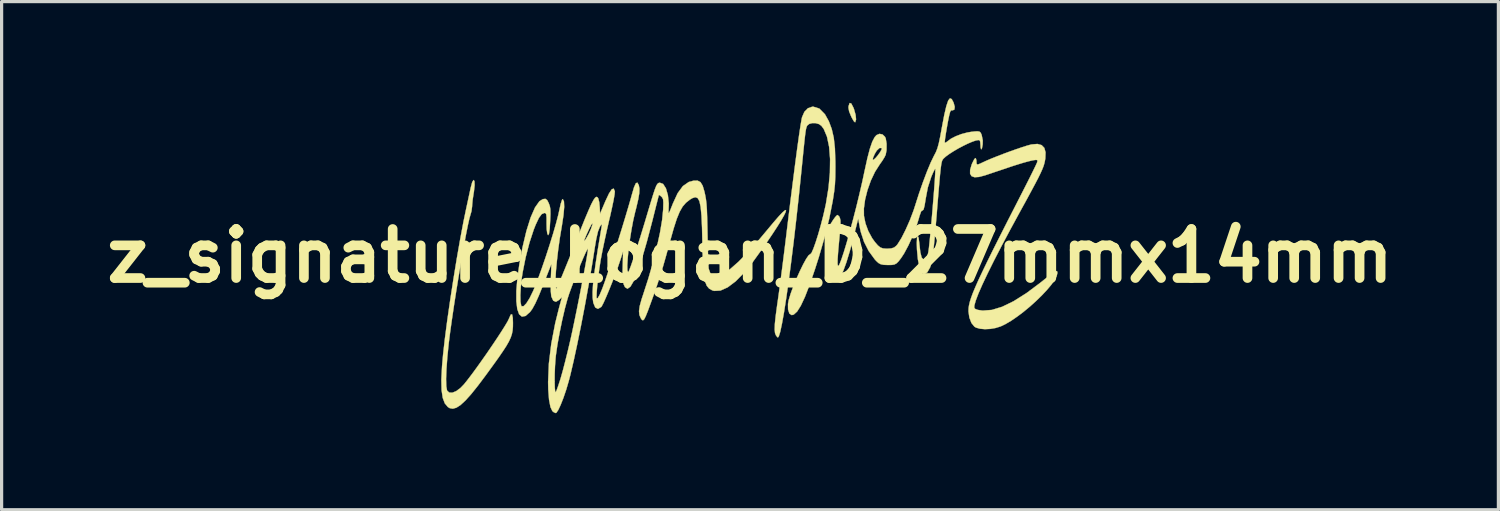
<source format=kicad_pcb>
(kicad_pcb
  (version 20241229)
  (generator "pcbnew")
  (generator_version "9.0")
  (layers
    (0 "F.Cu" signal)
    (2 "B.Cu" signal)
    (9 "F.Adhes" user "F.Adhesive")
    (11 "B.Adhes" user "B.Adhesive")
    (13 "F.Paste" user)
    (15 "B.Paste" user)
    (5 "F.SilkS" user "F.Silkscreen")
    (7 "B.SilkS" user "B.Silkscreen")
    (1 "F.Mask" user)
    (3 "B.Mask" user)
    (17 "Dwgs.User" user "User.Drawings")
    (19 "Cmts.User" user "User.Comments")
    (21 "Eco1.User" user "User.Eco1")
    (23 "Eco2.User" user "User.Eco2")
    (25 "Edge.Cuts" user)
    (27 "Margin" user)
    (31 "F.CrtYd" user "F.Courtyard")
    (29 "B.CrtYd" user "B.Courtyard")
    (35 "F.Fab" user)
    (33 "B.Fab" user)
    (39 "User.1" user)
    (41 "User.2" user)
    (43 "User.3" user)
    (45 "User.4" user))
  (footprint "z_signature_Logan_D_27mmx14mm"
    (layer "F.Cu")
    (at 20.255 4.9)
    (property "Reference" "z_signature_Logan_D_27mmx14mm" (at 0 0 0) (layer "F.SilkS") (effects (font (size 1.524 1.524) (thickness 0.3))))
    (attr through_hole)
    (fp_poly (pts (xy 3.147 -4.733) (xy 3.213 -4.605) (xy 3.231 -4.558) (xy 3.281 -4.38) (xy 3.295 -4.239) (xy 3.27 -4.155) (xy 3.264 -4.15) (xy 3.231 -4.176) (xy 3.177 -4.265) (xy 3.142 -4.335) (xy 3.08 -4.486) (xy 3.059 -4.601) (xy 3.062 -4.651) (xy 3.096 -4.75) (xy 3.147 -4.733)) (stroke (width 0.01) (type solid)) (fill yes) (layer "F.SilkS"))
    (fp_poly (pts (xy -8.563 -2.322) (xy -8.557 -2.197) (xy -8.579 -1.994) (xy -8.589 -1.937) (xy -8.618 -1.745) (xy -8.634 -1.578) (xy -8.635 -1.542) (xy -8.654 -1.391) (xy -8.684 -1.288) (xy -8.719 -1.166) (xy -8.769 -0.942) (xy -8.831 -0.633) (xy -8.9 -0.259) (xy -8.974 0.164) (xy -9.051 0.618) (xy -9.127 1.084) (xy -9.199 1.546) (xy -9.264 1.985) (xy -9.32 2.385) (xy -9.361 2.712) (xy -9.404 3.135) (xy -9.432 3.511) (xy -9.444 3.823) (xy -9.438 4.052) (xy -9.415 4.181) (xy -9.414 4.184) (xy -9.348 4.247) (xy -9.249 4.252) (xy -9.127 4.202) (xy -8.993 4.101) (xy -8.886 3.99) (xy -8.776 3.852) (xy -8.641 3.675) (xy -8.49 3.469) (xy -8.329 3.243) (xy -8.164 3.008) (xy -8.004 2.773) (xy -7.853 2.548) (xy -7.72 2.344) (xy -7.611 2.17) (xy -7.532 2.037) (xy -7.491 1.953) (xy -7.49 1.951) (xy -7.434 1.824) (xy -7.394 1.816) (xy -7.371 1.928) (xy -7.366 2.085) (xy -7.368 2.21) (xy -7.378 2.322) (xy -7.399 2.429) (xy -7.436 2.539) (xy -7.492 2.661) (xy -7.573 2.802) (xy -7.683 2.971) (xy -7.824 3.176) (xy -8.003 3.425) (xy -8.204 3.701) (xy -8.453 4.033) (xy -8.664 4.296) (xy -8.844 4.496) (xy -8.995 4.635) (xy -9.124 4.718) (xy -9.234 4.749) (xy -9.33 4.732) (xy -9.387 4.698) (xy -9.483 4.585) (xy -9.548 4.413) (xy -9.584 4.171) (xy -9.591 3.848) (xy -9.57 3.434) (xy -9.538 3.073) (xy -9.483 2.585) (xy -9.409 2.015) (xy -9.319 1.391) (xy -9.219 0.742) (xy -9.114 0.098) (xy -9.007 -0.513) (xy -8.904 -1.061) (xy -8.821 -1.46) (xy -8.768 -1.705) (xy -8.717 -1.941) (xy -8.681 -2.111) (xy -8.632 -2.292) (xy -8.59 -2.358) (xy -8.563 -2.322)) (stroke (width 0.01) (type solid)) (fill yes) (layer "F.SilkS"))
    (fp_poly (pts (xy 2.155 -4.576) (xy 2.328 -4.4) (xy 2.448 -4.185) (xy 2.539 -3.942) (xy 2.602 -3.67) (xy 2.638 -3.342) (xy 2.652 -2.931) (xy 2.653 -2.762) (xy 2.65 -2.457) (xy 2.639 -2.224) (xy 2.616 -2.007) (xy 2.577 -1.751) (xy 2.568 -1.696) (xy 2.462 -1.159) (xy 2.32 -0.586) (xy 2.14 0.034) (xy 2.019 0.413) (xy 1.854 0.896) (xy 1.708 1.272) (xy 1.579 1.548) (xy 1.464 1.73) (xy 1.36 1.824) (xy 1.296 1.841) (xy 1.223 1.793) (xy 1.182 1.666) (xy 1.18 1.493) (xy 1.203 1.37) (xy 1.264 1.17) (xy 1.348 0.942) (xy 1.446 0.704) (xy 1.55 0.471) (xy 1.652 0.263) (xy 1.745 0.094) (xy 1.82 -0.016) (xy 1.869 -0.052) (xy 1.871 -0.051) (xy 1.91 -0.091) (xy 1.968 -0.221) (xy 2.04 -0.422) (xy 2.12 -0.675) (xy 2.201 -0.961) (xy 2.278 -1.259) (xy 2.344 -1.551) (xy 2.359 -1.622) (xy 2.439 -2.114) (xy 2.482 -2.581) (xy 2.488 -3.009) (xy 2.458 -3.387) (xy 2.392 -3.702) (xy 2.292 -3.941) (xy 2.217 -4.042) (xy 2.137 -4.096) (xy 2.036 -4.124) (xy 1.933 -4.125) (xy 1.841 -4.1) (xy 1.779 -4.05) (xy 1.768 -4.029) (xy 1.753 -3.99) (xy 1.74 -3.94) (xy 1.727 -3.865) (xy 1.711 -3.746) (xy 1.691 -3.566) (xy 1.664 -3.308) (xy 1.629 -2.956) (xy 1.6 -2.667) (xy 1.52 -1.889) (xy 1.438 -1.144) (xy 1.357 -0.442) (xy 1.276 0.209) (xy 1.199 0.798) (xy 1.125 1.317) (xy 1.056 1.757) (xy 0.993 2.107) (xy 0.939 2.36) (xy 0.893 2.505) (xy 0.865 2.538) (xy 0.834 2.508) (xy 0.806 2.471) (xy 0.777 2.401) (xy 0.766 2.287) (xy 0.772 2.114) (xy 0.798 1.865) (xy 0.844 1.523) (xy 0.866 1.373) (xy 0.903 1.108) (xy 0.951 0.748) (xy 1.007 0.321) (xy 1.066 -0.145) (xy 1.125 -0.623) (xy 1.157 -0.889) (xy 1.244 -1.604) (xy 1.326 -2.255) (xy 1.4 -2.835) (xy 1.466 -3.333) (xy 1.523 -3.741) (xy 1.569 -4.05) (xy 1.604 -4.25) (xy 1.616 -4.307) (xy 1.689 -4.475) (xy 1.799 -4.587) (xy 1.938 -4.635) (xy 1.963 -4.636) (xy 2.155 -4.576)) (stroke (width 0.01) (type solid)) (fill yes) (layer "F.SilkS"))
    (fp_poly (pts (xy 9.061 -3.441) (xy 9.145 -3.354) (xy 9.183 -3.217) (xy 9.176 -3.028) (xy 9.16 -2.935) (xy 9.142 -2.859) (xy 9.117 -2.779) (xy 9.08 -2.686) (xy 9.028 -2.57) (xy 8.957 -2.425) (xy 8.861 -2.241) (xy 8.737 -2.009) (xy 8.581 -1.721) (xy 8.387 -1.368) (xy 8.37 -1.337) (xy 8.074 -0.792) (xy 7.809 -0.294) (xy 7.578 0.153) (xy 7.382 0.548) (xy 7.222 0.886) (xy 7.099 1.166) (xy 7.016 1.384) (xy 6.972 1.537) (xy 6.967 1.609) (xy 6.997 1.649) (xy 7.076 1.679) (xy 7.2 1.698) (xy 7.238 1.701) (xy 7.515 1.68) (xy 7.833 1.583) (xy 8.191 1.409) (xy 8.589 1.158) (xy 9.027 0.831) (xy 9.03 0.828) (xy 9.201 0.692) (xy 9.33 0.592) (xy 9.423 0.524) (xy 9.485 0.485) (xy 9.523 0.472) (xy 9.542 0.481) (xy 9.55 0.51) (xy 9.55 0.537) (xy 9.527 0.635) (xy 9.46 0.759) (xy 9.357 0.904) (xy 9.222 1.064) (xy 9.063 1.233) (xy 8.885 1.406) (xy 8.695 1.577) (xy 8.498 1.74) (xy 8.3 1.889) (xy 8.109 2.02) (xy 7.929 2.125) (xy 7.788 2.192) (xy 7.631 2.241) (xy 7.464 2.27) (xy 7.298 2.278) (xy 7.149 2.265) (xy 7.027 2.231) (xy 6.975 2.202) (xy 6.88 2.086) (xy 6.815 1.917) (xy 6.788 1.722) (xy 6.792 1.621) (xy 6.806 1.53) (xy 6.831 1.425) (xy 6.871 1.299) (xy 6.927 1.148) (xy 7.003 0.967) (xy 7.1 0.748) (xy 7.222 0.489) (xy 7.37 0.182) (xy 7.547 -0.177) (xy 7.757 -0.594) (xy 8 -1.074) (xy 8.281 -1.623) (xy 8.438 -1.93) (xy 8.57 -2.189) (xy 8.69 -2.426) (xy 8.791 -2.63) (xy 8.867 -2.786) (xy 8.912 -2.884) (xy 8.921 -2.905) (xy 8.932 -2.952) (xy 8.921 -2.977) (xy 8.879 -2.982) (xy 8.8 -2.971) (xy 8.738 -2.958) (xy 8.64 -2.934) (xy 8.505 -2.897) (xy 8.347 -2.849) (xy 8.178 -2.796) (xy 8.052 -2.754) (xy 7.878 -2.695) (xy 7.698 -2.635) (xy 7.526 -2.577) (xy 7.38 -2.528) (xy 7.303 -2.502) (xy 7.115 -2.452) (xy 6.976 -2.443) (xy 6.883 -2.477) (xy 6.838 -2.553) (xy 6.839 -2.671) (xy 6.886 -2.833) (xy 6.904 -2.877) (xy 6.971 -3.011) (xy 7.015 -3.039) (xy 7.035 -2.963) (xy 7.036 -2.928) (xy 7.039 -2.869) (xy 7.054 -2.841) (xy 7.094 -2.843) (xy 7.167 -2.873) (xy 7.22 -2.899) (xy 7.346 -2.957) (xy 7.506 -3.025) (xy 7.689 -3.098) (xy 7.886 -3.174) (xy 8.087 -3.248) (xy 8.281 -3.317) (xy 8.459 -3.377) (xy 8.61 -3.425) (xy 8.724 -3.456) (xy 8.753 -3.462) (xy 8.93 -3.477) (xy 9.061 -3.441)) (stroke (width 0.01) (type solid)) (fill yes) (layer "F.SilkS"))
    (fp_poly (pts (xy 6.268 -4.871) (xy 6.326 -4.76) (xy 6.361 -4.63) (xy 6.35 -4.545) (xy 6.295 -4.52) (xy 6.281 -4.523) (xy 6.247 -4.52) (xy 6.219 -4.477) (xy 6.19 -4.371) (xy 6.151 -4.18) (xy 6.127 -4.047) (xy 6.088 -3.82) (xy 6.061 -3.64) (xy 6.05 -3.535) (xy 6.051 -3.521) (xy 6.081 -3.519) (xy 6.136 -3.558) (xy 6.137 -3.56) (xy 6.246 -3.641) (xy 6.394 -3.717) (xy 6.566 -3.783) (xy 6.75 -3.832) (xy 6.871 -3.853) (xy 6.994 -3.867) (xy 7.077 -3.87) (xy 7.131 -3.859) (xy 7.165 -3.829) (xy 7.189 -3.779) (xy 7.198 -3.757) (xy 7.232 -3.587) (xy 7.229 -3.463) (xy 7.206 -3.338) (xy 7.181 -3.307) (xy 7.164 -3.377) (xy 7.163 -3.425) (xy 7.152 -3.546) (xy 7.138 -3.586) (xy 7.097 -3.599) (xy 7.015 -3.584) (xy 6.902 -3.545) (xy 6.768 -3.488) (xy 6.62 -3.416) (xy 6.469 -3.336) (xy 6.323 -3.25) (xy 6.191 -3.165) (xy 6.083 -3.086) (xy 6.006 -3.016) (xy 5.977 -2.974) (xy 5.96 -2.926) (xy 5.943 -2.848) (xy 5.926 -2.722) (xy 5.906 -2.536) (xy 5.882 -2.274) (xy 5.852 -1.921) (xy 5.814 -1.462) (xy 5.802 -1.302) (xy 5.769 -0.916) (xy 5.737 -0.555) (xy 5.706 -0.245) (xy 5.681 -0.011) (xy 5.664 0.107) (xy 5.598 0.354) (xy 5.506 0.516) (xy 5.403 0.572) (xy 5.328 0.512) (xy 5.264 0.349) (xy 5.215 0.104) (xy 5.187 -0.201) (xy 5.182 -0.402) (xy 5.19 -0.569) (xy 5.212 -0.621) (xy 5.238 -0.56) (xy 5.261 -0.388) (xy 5.261 -0.384) (xy 5.292 -0.111) (xy 5.333 0.051) (xy 5.389 0.114) (xy 5.422 0.114) (xy 5.483 0.068) (xy 5.527 -0.056) (xy 5.542 -0.127) (xy 5.559 -0.245) (xy 5.581 -0.454) (xy 5.608 -0.731) (xy 5.638 -1.055) (xy 5.668 -1.402) (xy 5.696 -1.749) (xy 5.722 -2.074) (xy 5.742 -2.354) (xy 5.755 -2.566) (xy 5.76 -2.688) (xy 5.758 -2.707) (xy 5.736 -2.681) (xy 5.688 -2.586) (xy 5.632 -2.456) (xy 5.526 -2.128) (xy 5.46 -1.782) (xy 5.424 -1.561) (xy 5.394 -1.444) (xy 5.366 -1.412) (xy 5.36 -1.415) (xy 5.317 -1.382) (xy 5.264 -1.232) (xy 5.247 -1.167) (xy 5.165 -0.901) (xy 5.052 -0.609) (xy 4.921 -0.323) (xy 4.787 -0.073) (xy 4.693 0.07) (xy 4.617 0.169) (xy 4.554 0.232) (xy 4.49 0.267) (xy 4.409 0.282) (xy 4.294 0.284) (xy 4.28 0.284) (xy 4.155 0.279) (xy 4.064 0.261) (xy 3.991 0.222) (xy 3.919 0.156) (xy 3.876 0.108) (xy 3.688 -0.15) (xy 3.542 -0.437) (xy 3.441 -0.746) (xy 3.419 -0.846) (xy 3.361 -1.154) (xy 3.227 -0.625) (xy 3.104 -0.159) (xy 2.995 0.2) (xy 2.899 0.463) (xy 2.837 0.596) (xy 2.747 0.743) (xy 2.678 0.796) (xy 2.62 0.758) (xy 2.579 0.674) (xy 2.543 0.569) (xy 2.523 0.455) (xy 2.519 0.307) (xy 2.53 0.096) (xy 2.556 -0.203) (xy 2.564 -0.285) (xy 2.585 -0.522) (xy 2.599 -0.705) (xy 2.604 -0.805) (xy 2.604 -0.814) (xy 2.578 -0.805) (xy 2.542 -0.764) (xy 2.484 -0.724) (xy 2.446 -0.768) (xy 2.438 -0.831) (xy 2.459 -0.9) (xy 2.51 -1.001) (xy 2.578 -1.11) (xy 2.647 -1.205) (xy 2.703 -1.263) (xy 2.72 -1.27) (xy 2.771 -1.224) (xy 2.795 -1.17) (xy 2.81 -1.101) (xy 2.812 -0.995) (xy 2.802 -0.825) (xy 2.778 -0.565) (xy 2.773 -0.513) (xy 2.74 -0.151) (xy 2.722 0.101) (xy 2.72 0.252) (xy 2.734 0.315) (xy 2.74 0.318) (xy 2.778 0.265) (xy 2.837 0.117) (xy 2.913 -0.111) (xy 3.002 -0.404) (xy 3.099 -0.747) (xy 3.201 -1.126) (xy 3.304 -1.526) (xy 3.402 -1.93) (xy 3.493 -2.325) (xy 3.552 -2.603) (xy 3.637 -2.988) (xy 3.812 -2.988) (xy 3.84 -2.986) (xy 3.906 -3.046) (xy 3.969 -3.12) (xy 4.042 -3.222) (xy 4.087 -3.303) (xy 4.096 -3.348) (xy 4.095 -3.35) (xy 4.025 -3.352) (xy 3.939 -3.272) (xy 3.878 -3.172) (xy 3.824 -3.051) (xy 3.812 -2.988) (xy 3.637 -2.988) (xy 3.643 -3.019) (xy 3.724 -3.329) (xy 3.799 -3.547) (xy 3.873 -3.688) (xy 3.93 -3.752) (xy 4.024 -3.791) (xy 4.118 -3.772) (xy 4.193 -3.7) (xy 4.217 -3.649) (xy 4.244 -3.483) (xy 4.242 -3.285) (xy 4.216 -3.143) (xy 4.178 -3.064) (xy 4.11 -2.954) (xy 4.032 -2.844) (xy 3.883 -2.61) (xy 3.754 -2.338) (xy 3.65 -2.045) (xy 3.576 -1.751) (xy 3.538 -1.472) (xy 3.54 -1.245) (xy 3.587 -1.011) (xy 3.674 -0.772) (xy 3.795 -0.549) (xy 3.881 -0.43) (xy 3.973 -0.324) (xy 4.049 -0.262) (xy 4.129 -0.232) (xy 4.234 -0.223) (xy 4.267 -0.223) (xy 4.388 -0.231) (xy 4.476 -0.259) (xy 4.545 -0.313) (xy 4.585 -0.361) (xy 4.704 -0.551) (xy 4.836 -0.812) (xy 4.968 -1.11) (xy 5.082 -1.412) (xy 5.13 -1.56) (xy 5.247 -1.926) (xy 5.373 -2.288) (xy 5.499 -2.621) (xy 5.615 -2.9) (xy 5.712 -3.101) (xy 5.715 -3.106) (xy 5.776 -3.223) (xy 5.823 -3.343) (xy 5.865 -3.494) (xy 5.91 -3.707) (xy 5.96 -3.981) (xy 6.035 -4.375) (xy 6.1 -4.654) (xy 6.158 -4.825) (xy 6.213 -4.895) (xy 6.268 -4.871)) (stroke (width 0.01) (type solid)) (fill yes) (layer "F.SilkS"))
    (fp_poly (pts (xy -1.539 -2.291) (xy -1.471 -2.179) (xy -1.414 -1.986) (xy -1.393 -1.888) (xy -1.37 -1.762) (xy -1.353 -1.619) (xy -1.34 -1.433) (xy -1.331 -1.181) (xy -1.323 -0.838) (xy -1.32 -0.667) (xy -1.313 -0.324) (xy -1.304 -0.02) (xy -1.295 0.219) (xy -1.287 0.368) (xy -1.284 0.399) (xy -1.23 0.551) (xy -1.137 0.628) (xy -1.002 0.629) (xy -0.828 0.556) (xy -0.614 0.408) (xy -0.36 0.185) (xy -0.067 -0.113) (xy 0.266 -0.484) (xy 0.54 -0.811) (xy 0.737 -1.047) (xy 0.891 -1.225) (xy 1.004 -1.345) (xy 1.079 -1.411) (xy 1.116 -1.423) (xy 1.119 -1.418) (xy 1.108 -1.363) (xy 1.056 -1.255) (xy 0.968 -1.101) (xy 0.847 -0.907) (xy 0.698 -0.679) (xy 0.526 -0.425) (xy 0.333 -0.151) (xy 0.125 0.137) (xy 0.095 0.179) (xy -0.183 0.525) (xy -0.448 0.793) (xy -0.694 0.978) (xy -0.918 1.078) (xy -1.114 1.089) (xy -1.173 1.072) (xy -1.271 1.017) (xy -1.345 0.928) (xy -1.398 0.788) (xy -1.436 0.581) (xy -1.46 0.291) (xy -1.475 -0.1) (xy -1.48 -0.381) (xy -1.491 -0.872) (xy -1.508 -1.248) (xy -1.534 -1.52) (xy -1.572 -1.698) (xy -1.627 -1.796) (xy -1.7 -1.823) (xy -1.795 -1.792) (xy -1.867 -1.748) (xy -1.99 -1.651) (xy -2.094 -1.531) (xy -2.186 -1.37) (xy -2.276 -1.151) (xy -2.371 -0.856) (xy -2.481 -0.467) (xy -2.489 -0.438) (xy -2.603 -0.021) (xy -2.7 0.32) (xy -2.792 0.621) (xy -2.888 0.913) (xy -2.999 1.231) (xy -3.082 1.46) (xy -3.174 1.711) (xy -3.241 1.877) (xy -3.289 1.971) (xy -3.326 2.004) (xy -3.36 1.987) (xy -3.392 1.94) (xy -3.437 1.838) (xy -3.449 1.717) (xy -3.427 1.559) (xy -3.369 1.348) (xy -3.321 1.204) (xy -3.158 0.7) (xy -3.014 0.201) (xy -2.893 -0.279) (xy -2.797 -0.723) (xy -2.731 -1.115) (xy -2.699 -1.439) (xy -2.698 -1.465) (xy -2.693 -1.653) (xy -2.701 -1.756) (xy -2.729 -1.813) (xy -2.756 -1.842) (xy -2.808 -1.884) (xy -2.832 -1.891) (xy -2.847 -1.834) (xy -2.884 -1.689) (xy -2.938 -1.475) (xy -3.004 -1.212) (xy -3.035 -1.088) (xy -3.204 -0.445) (xy -3.356 0.08) (xy -3.491 0.488) (xy -3.612 0.78) (xy -3.717 0.958) (xy -3.807 1.022) (xy -3.884 0.974) (xy -3.924 0.89) (xy -3.948 0.8) (xy -3.96 0.676) (xy -3.96 0.485) (xy -3.956 0.314) (xy -3.944 -0.136) (xy -4.022 0.107) (xy -4.095 0.322) (xy -4.185 0.568) (xy -4.284 0.825) (xy -4.384 1.073) (xy -4.477 1.293) (xy -4.554 1.465) (xy -4.609 1.569) (xy -4.623 1.588) (xy -4.725 1.647) (xy -4.809 1.604) (xy -4.868 1.463) (xy -4.873 1.437) (xy -4.89 1.3) (xy -4.892 1.126) (xy -4.879 0.903) (xy -4.848 0.618) (xy -4.8 0.26) (xy -4.732 -0.183) (xy -4.642 -0.723) (xy -4.604 -0.949) (xy -4.609 -0.983) (xy -4.649 -0.932) (xy -4.667 -0.901) (xy -4.725 -0.755) (xy -4.778 -0.523) (xy -4.816 -0.301) (xy -4.91 0.291) (xy -5.017 0.915) (xy -5.132 1.548) (xy -5.251 2.167) (xy -5.369 2.747) (xy -5.481 3.266) (xy -5.583 3.701) (xy -5.63 3.88) (xy -5.71 4.154) (xy -5.797 4.41) (xy -5.883 4.629) (xy -5.959 4.791) (xy -6.019 4.877) (xy -6.038 4.885) (xy -6.098 4.859) (xy -6.142 4.823) (xy -6.201 4.698) (xy -6.245 4.469) (xy -6.269 4.157) (xy -6.274 3.932) (xy -6.273 3.905) (xy -6.071 3.905) (xy -6.066 4.097) (xy -6.054 4.216) (xy -6.039 4.239) (xy -6.01 4.179) (xy -5.961 4.042) (xy -5.9 3.855) (xy -5.881 3.793) (xy -5.818 3.571) (xy -5.741 3.275) (xy -5.659 2.944) (xy -5.582 2.616) (xy -5.58 2.61) (xy -5.52 2.335) (xy -5.452 2.011) (xy -5.379 1.656) (xy -5.305 1.286) (xy -5.234 0.921) (xy -5.168 0.577) (xy -5.112 0.273) (xy -5.069 0.027) (xy -5.042 -0.144) (xy -5.034 -0.222) (xy -5.034 -0.224) (xy -5.058 -0.199) (xy -5.109 -0.097) (xy -5.181 0.064) (xy -5.267 0.267) (xy -5.361 0.496) (xy -5.455 0.734) (xy -5.542 0.964) (xy -5.617 1.169) (xy -5.669 1.329) (xy -5.752 1.634) (xy -5.837 1.999) (xy -5.917 2.389) (xy -5.985 2.764) (xy -6.032 3.089) (xy -6.042 3.187) (xy -6.059 3.421) (xy -6.069 3.67) (xy -6.071 3.905) (xy -6.273 3.905) (xy -6.25 3.344) (xy -6.176 2.733) (xy -6.054 2.097) (xy -5.94 1.638) (xy -5.842 1.276) (xy -5.931 1.369) (xy -6.03 1.428) (xy -6.114 1.393) (xy -6.172 1.268) (xy -6.176 1.252) (xy -6.191 1.096) (xy -6.192 0.844) (xy -6.188 0.688) (xy -6.172 0.254) (xy -6.432 0.917) (xy -6.565 1.243) (xy -6.674 1.483) (xy -6.766 1.65) (xy -6.833 1.742) (xy -6.973 1.867) (xy -7.087 1.889) (xy -7.174 1.815) (xy -7.232 1.653) (xy -7.261 1.408) (xy -7.261 1.088) (xy -7.229 0.699) (xy -7.166 0.248) (xy -7.072 -0.254) (xy -6.948 -0.774) (xy -6.817 -1.192) (xy -6.681 -1.502) (xy -6.544 -1.696) (xy -6.438 -1.762) (xy -6.358 -1.772) (xy -6.304 -1.733) (xy -6.257 -1.644) (xy -6.221 -1.547) (xy -6.204 -1.448) (xy -6.201 -1.303) (xy -6.208 -1.114) (xy -6.224 -0.845) (xy -6.247 -0.685) (xy -6.275 -0.641) (xy -6.301 -0.699) (xy -6.318 -0.83) (xy -6.322 -0.984) (xy -6.322 -1.184) (xy -6.331 -1.289) (xy -6.356 -1.328) (xy -6.389 -1.333) (xy -6.473 -1.297) (xy -6.56 -1.179) (xy -6.66 -0.967) (xy -6.72 -0.816) (xy -6.853 -0.411) (xy -6.972 0.047) (xy -7.064 0.508) (xy -7.089 0.666) (xy -7.122 0.958) (xy -7.136 1.22) (xy -7.132 1.426) (xy -7.109 1.549) (xy -7.098 1.566) (xy -7.036 1.564) (xy -6.95 1.476) (xy -6.847 1.312) (xy -6.737 1.086) (xy -6.695 0.987) (xy -6.586 0.708) (xy -6.467 0.378) (xy -6.344 0.019) (xy -6.225 -0.348) (xy -6.116 -0.7) (xy -6.025 -1.016) (xy -5.958 -1.273) (xy -5.936 -1.373) (xy -5.882 -1.618) (xy -5.839 -1.745) (xy -5.817 -1.763) (xy -5.781 -1.689) (xy -5.774 -1.52) (xy -5.796 -1.266) (xy -5.846 -0.934) (xy -5.851 -0.906) (xy -5.911 -0.548) (xy -5.961 -0.187) (xy -6.001 0.159) (xy -6.03 0.471) (xy -6.045 0.729) (xy -6.044 0.914) (xy -6.027 1.008) (xy -6.016 1.016) (xy -5.992 0.972) (xy -5.936 0.849) (xy -5.855 0.656) (xy -5.752 0.405) (xy -5.631 0.108) (xy -5.498 -0.226) (xy -5.438 -0.378) (xy -5.407 -0.458) (xy -5.155 -0.458) (xy -5.134 -0.473) (xy -5.076 -0.566) (xy -5.009 -0.688) (xy -4.948 -0.822) (xy -4.903 -0.953) (xy -4.897 -0.976) (xy -4.898 -1.013) (xy -4.932 -0.967) (xy -4.997 -0.841) (xy -5 -0.834) (xy -5.088 -0.643) (xy -5.14 -0.516) (xy -5.155 -0.458) (xy -5.407 -0.458) (xy -5.269 -0.804) (xy -5.131 -1.146) (xy -5.02 -1.409) (xy -4.933 -1.603) (xy -4.865 -1.733) (xy -4.812 -1.808) (xy -4.771 -1.834) (xy -4.738 -1.82) (xy -4.713 -1.78) (xy -4.685 -1.666) (xy -4.669 -1.506) (xy -4.661 -1.307) (xy -4.493 -1.701) (xy -4.381 -1.939) (xy -4.296 -2.068) (xy -4.236 -2.09) (xy -4.201 -2.005) (xy -4.2 -2.002) (xy -4.208 -1.914) (xy -4.238 -1.739) (xy -4.288 -1.499) (xy -4.352 -1.212) (xy -4.371 -1.136) (xy -4.447 -0.804) (xy -4.523 -0.46) (xy -4.589 -0.143) (xy -4.637 0.109) (xy -4.64 0.124) (xy -4.681 0.385) (xy -4.717 0.659) (xy -4.746 0.919) (xy -4.764 1.135) (xy -4.769 1.278) (xy -4.765 1.317) (xy -4.732 1.314) (xy -4.674 1.215) (xy -4.594 1.027) (xy -4.515 0.811) (xy -4.432 0.567) (xy -4.331 0.257) (xy -4.217 -0.098) (xy -4.098 -0.477) (xy -3.98 -0.856) (xy -3.871 -1.215) (xy -3.777 -1.531) (xy -3.704 -1.784) (xy -3.675 -1.889) (xy -3.605 -2.128) (xy -3.548 -2.255) (xy -3.5 -2.276) (xy -3.456 -2.197) (xy -3.455 -2.192) (xy -3.436 -2.088) (xy -3.441 -1.948) (xy -3.474 -1.754) (xy -3.536 -1.489) (xy -3.569 -1.362) (xy -3.629 -1.104) (xy -3.684 -0.811) (xy -3.733 -0.503) (xy -3.773 -0.202) (xy -3.8 0.071) (xy -3.814 0.294) (xy -3.811 0.447) (xy -3.789 0.508) (xy -3.786 0.508) (xy -3.758 0.458) (xy -3.702 0.313) (xy -3.623 0.083) (xy -3.523 -0.225) (xy -3.405 -0.6) (xy -3.272 -1.035) (xy -3.179 -1.347) (xy -3.082 -1.671) (xy -3.009 -1.908) (xy -2.955 -2.071) (xy -2.914 -2.174) (xy -2.88 -2.233) (xy -2.847 -2.261) (xy -2.811 -2.272) (xy -2.805 -2.273) (xy -2.701 -2.235) (xy -2.613 -2.098) (xy -2.552 -1.887) (xy -2.524 -1.627) (xy -2.531 -1.401) (xy -2.533 -1.337) (xy -2.517 -1.341) (xy -2.478 -1.421) (xy -2.412 -1.587) (xy -2.397 -1.625) (xy -2.248 -1.948) (xy -2.087 -2.167) (xy -1.903 -2.295) (xy -1.759 -2.335) (xy -1.631 -2.338) (xy -1.539 -2.291)) (stroke (width 0.01) (type solid)) (fill yes) (layer "F.SilkS")))
  (gr_rect
    (start -3 -3)
    (end 43.509 12.79)
    (stroke (width 0.1) (type default))
    (fill no)
    (layer "Edge.Cuts")))
</source>
